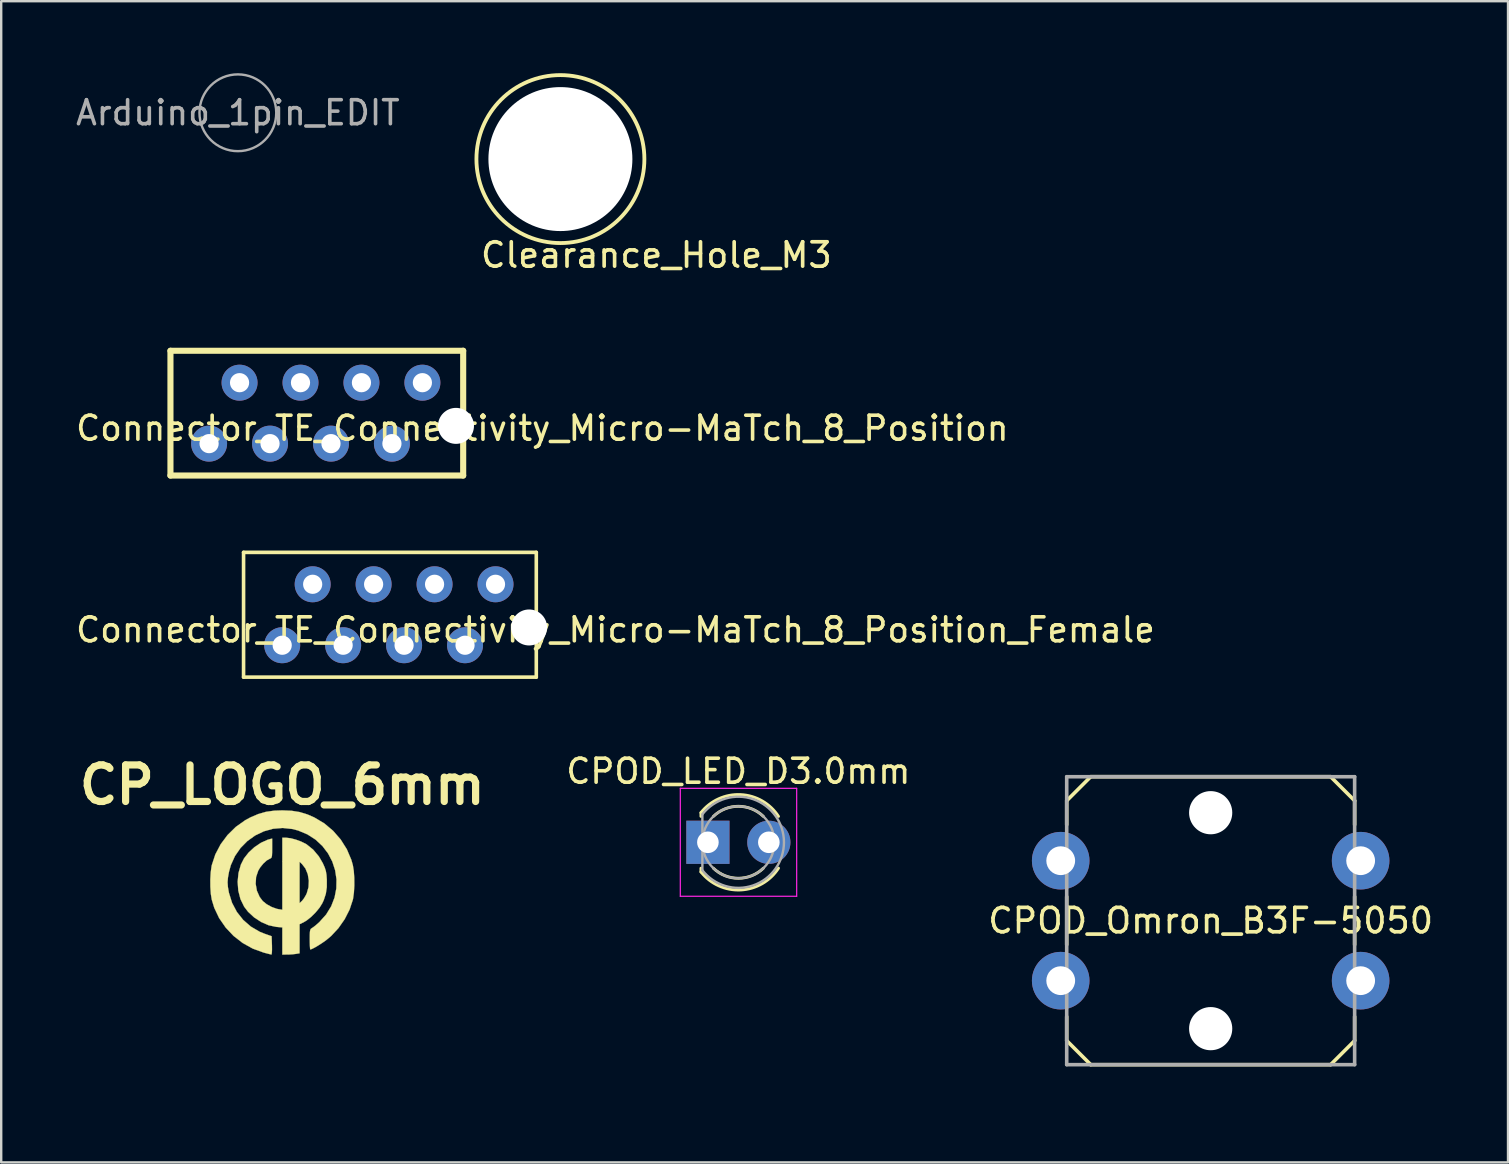
<source format=kicad_pcb>
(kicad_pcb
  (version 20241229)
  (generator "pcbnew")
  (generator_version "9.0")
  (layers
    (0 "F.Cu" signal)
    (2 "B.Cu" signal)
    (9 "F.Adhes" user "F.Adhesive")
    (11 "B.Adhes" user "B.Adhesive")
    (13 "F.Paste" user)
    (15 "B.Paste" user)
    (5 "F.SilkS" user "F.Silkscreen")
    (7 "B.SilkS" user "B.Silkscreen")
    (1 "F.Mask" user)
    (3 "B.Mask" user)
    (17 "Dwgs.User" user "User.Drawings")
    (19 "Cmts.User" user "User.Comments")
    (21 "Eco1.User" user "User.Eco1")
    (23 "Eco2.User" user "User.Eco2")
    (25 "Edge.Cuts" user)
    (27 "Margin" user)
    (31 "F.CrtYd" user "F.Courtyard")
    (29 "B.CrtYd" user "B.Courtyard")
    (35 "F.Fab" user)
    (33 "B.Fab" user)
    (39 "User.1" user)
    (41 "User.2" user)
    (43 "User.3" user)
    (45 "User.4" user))
  (footprint "CPOD_Omron_B3F-5050"
    (layer "F.Cu")
    (at 47.407 35.321)
    (property "Reference" "CPOD_Omron_B3F-5050" (at 0 0 0) (layer "F.SilkS") (effects (font (size 1.016 1.016) (thickness 0.152))))
    (attr through_hole)
    (fp_line (start -6 -5) (end -5 -6) (stroke (width 0.15) (type solid)) (layer "F.SilkS"))
    (fp_line (start -6 -4) (end -6 -5) (stroke (width 0.15) (type solid)) (layer "F.SilkS"))
    (fp_line (start -6 -1) (end -6 1) (stroke (width 0.15) (type solid)) (layer "F.SilkS"))
    (fp_line (start -6 5) (end -6 4) (stroke (width 0.15) (type solid)) (layer "F.SilkS"))
    (fp_line (start -5 -6) (end 5 -6) (stroke (width 0.152) (type solid)) (layer "F.SilkS"))
    (fp_line (start -5 6) (end -6 5) (stroke (width 0.15) (type solid)) (layer "F.SilkS"))
    (fp_line (start 5 -6) (end 6 -5) (stroke (width 0.15) (type solid)) (layer "F.SilkS"))
    (fp_line (start 5 6) (end -5 6) (stroke (width 0.15) (type solid)) (layer "F.SilkS"))
    (fp_line (start 6 -5) (end 6 -4) (stroke (width 0.15) (type solid)) (layer "F.SilkS"))
    (fp_line (start 6 -1) (end 6 1) (stroke (width 0.15) (type solid)) (layer "F.SilkS"))
    (fp_line (start 6 4) (end 6 5) (stroke (width 0.15) (type solid)) (layer "F.SilkS"))
    (fp_line (start 6 5) (end 5 6) (stroke (width 0.15) (type solid)) (layer "F.SilkS"))
    (fp_line (start -7 -7) (end 7 -7) (stroke (width 0.15) (type solid)) (layer "Eco1.User"))
    (fp_line (start -7 7) (end -7 -7) (stroke (width 0.15) (type solid)) (layer "Eco1.User"))
    (fp_line (start 7 -7) (end 7 7) (stroke (width 0.15) (type solid)) (layer "Eco1.User"))
    (fp_line (start 7 7) (end -7 7) (stroke (width 0.15) (type solid)) (layer "Eco1.User"))
    (fp_line (start -6 -6) (end -6 6) (stroke (width 0.15) (type solid)) (layer "F.Fab"))
    (fp_line (start -6 6) (end 6 6) (stroke (width 0.15) (type solid)) (layer "F.Fab"))
    (fp_line (start 6 -6) (end -6 -6) (stroke (width 0.15) (type solid)) (layer "F.Fab"))
    (fp_line (start 6 6) (end 6 -6) (stroke (width 0.15) (type solid)) (layer "F.Fab"))
    (pad "" np_thru_hole circle (at 0 -4.5) (size 1.8 1.8) (drill 1.8) (layers "*.Cu" "*.Mask"))
    (pad "" np_thru_hole circle (at 0 4.5) (size 1.8 1.8) (drill 1.8) (layers "*.Cu" "*.Mask"))
    (pad "1" thru_hole circle (at -6.25 -2.5) (size 2.4 2.4) (drill 1.2) (layers "*.Cu" "*.Mask"))
    (pad "2" thru_hole circle (at 6.25 -2.5) (size 2.4 2.4) (drill 1.2) (layers "*.Cu" "*.Mask"))
    (pad "3" thru_hole circle (at -6.25 2.5) (size 2.4 2.4) (drill 1.2) (layers "*.Cu" "*.Mask"))
    (pad "4" thru_hole circle (at 6.25 2.5) (size 2.4 2.4) (drill 1.2) (layers "*.Cu" "*.Mask")))
  (footprint "CP_LOGO_6mm"
    (layer "F.Cu")
    (at 8.716 33.728)
    (property "Reference" "CP_LOGO_6mm" (at 0 -4.064 0) (layer "F.SilkS") (effects (font (size 1.524 1.524) (thickness 0.3))))
    (attr through_hole)
    (fp_poly (pts (xy 0.347 -1.842) (xy 0.562 -1.786) (xy 0.781 -1.706) (xy 0.972 -1.613) (xy 1.009 -1.591) (xy 1.285 -1.369) (xy 1.525 -1.083) (xy 1.686 -0.807) (xy 1.766 -0.629) (xy 1.814 -0.479) (xy 1.841 -0.319) (xy 1.855 -0.119) (xy 1.854 0.199) (xy 1.814 0.472) (xy 1.729 0.731) (xy 1.666 0.868) (xy 1.55 1.054) (xy 1.386 1.251) (xy 1.2 1.436) (xy 1.013 1.585) (xy 0.907 1.648) (xy 0.72 1.742) (xy 0.72 2.952) (xy 0.561 2.978) (xy 0.415 2.995) (xy 0.247 3.005) (xy 0.201 3.005) (xy 0 3.006) (xy 0 1.874) (xy -0.256 1.851) (xy -0.567 1.785) (xy -0.88 1.649) (xy -1.174 1.457) (xy -1.429 1.221) (xy -1.591 1.009) (xy -1.745 0.693) (xy -1.835 0.341) (xy -1.862 -0.028) (xy -1.826 -0.396) (xy -1.727 -0.744) (xy -1.596 -1.003) (xy -1.403 -1.249) (xy -1.161 -1.472) (xy -0.89 -1.654) (xy -0.616 -1.778) (xy -0.538 -1.801) (xy -0.423 -1.83) (xy -0.423 -1.426) (xy -0.425 -1.237) (xy -0.431 -1.116) (xy -0.447 -1.046) (xy -0.474 -1.011) (xy -0.511 -0.994) (xy -0.645 -0.92) (xy -0.79 -0.789) (xy -0.923 -0.625) (xy -1.003 -0.492) (xy -1.093 -0.226) (xy -1.11 0.059) (xy -1.06 0.343) (xy -0.944 0.604) (xy -0.813 0.777) (xy -0.652 0.907) (xy -0.445 1.021) (xy -0.232 1.098) (xy -0.159 1.113) (xy 0 1.138) (xy 0 0.861) (xy 0.72 0.861) (xy 0.822 0.765) (xy 0.898 0.67) (xy 0.979 0.534) (xy 1.019 0.451) (xy 1.092 0.196) (xy 1.104 -0.076) (xy 1.061 -0.342) (xy 0.964 -0.58) (xy 0.822 -0.765) (xy 0.72 -0.861) (xy 0.72 0.861) (xy 0 0.861) (xy 0 -1.863) (xy 0.171 -1.863) (xy 0.347 -1.842)) (stroke (width 0.01) (type solid)) (fill yes) (layer "F.SilkS"))
    (fp_poly (pts (xy 0.386 -2.988) (xy 0.723 -2.934) (xy 1.045 -2.836) (xy 1.333 -2.71) (xy 1.747 -2.464) (xy 2.117 -2.153) (xy 2.434 -1.789) (xy 2.69 -1.383) (xy 2.876 -0.945) (xy 2.94 -0.72) (xy 2.979 -0.479) (xy 2.999 -0.188) (xy 3.001 0.123) (xy 2.984 0.421) (xy 2.949 0.674) (xy 2.94 0.719) (xy 2.805 1.127) (xy 2.601 1.528) (xy 2.34 1.903) (xy 2.036 2.23) (xy 1.836 2.398) (xy 1.674 2.513) (xy 1.507 2.621) (xy 1.355 2.711) (xy 1.234 2.772) (xy 1.166 2.794) (xy 1.156 2.755) (xy 1.149 2.649) (xy 1.144 2.494) (xy 1.143 2.372) (xy 1.144 2.178) (xy 1.151 2.052) (xy 1.166 1.975) (xy 1.192 1.93) (xy 1.235 1.901) (xy 1.236 1.901) (xy 1.314 1.847) (xy 1.428 1.754) (xy 1.539 1.656) (xy 1.825 1.338) (xy 2.037 0.992) (xy 2.178 0.626) (xy 2.251 0.247) (xy 2.258 -0.134) (xy 2.201 -0.509) (xy 2.083 -0.871) (xy 1.906 -1.209) (xy 1.673 -1.516) (xy 1.386 -1.784) (xy 1.048 -2.002) (xy 0.661 -2.164) (xy 0.423 -2.227) (xy 0.016 -2.271) (xy -0.385 -2.238) (xy -0.77 -2.131) (xy -1.131 -1.958) (xy -1.457 -1.725) (xy -1.741 -1.437) (xy -1.973 -1.101) (xy -2.145 -0.723) (xy -2.222 -0.445) (xy -2.265 -0.206) (xy -2.281 -0.009) (xy -2.268 0.185) (xy -2.228 0.415) (xy -2.224 0.434) (xy -2.094 0.85) (xy -1.894 1.229) (xy -1.63 1.562) (xy -1.31 1.84) (xy -0.942 2.055) (xy -0.739 2.137) (xy -0.445 2.24) (xy -0.432 2.623) (xy -0.43 2.79) (xy -0.435 2.92) (xy -0.446 2.994) (xy -0.453 3.003) (xy -0.508 2.992) (xy -0.621 2.963) (xy -0.768 2.925) (xy -0.776 2.923) (xy -1.23 2.758) (xy -1.652 2.524) (xy -2.032 2.228) (xy -2.361 1.879) (xy -2.633 1.486) (xy -2.836 1.058) (xy -2.94 0.72) (xy -2.979 0.479) (xy -2.999 0.187) (xy -3.001 -0.124) (xy -2.984 -0.422) (xy -2.949 -0.676) (xy -2.94 -0.72) (xy -2.792 -1.169) (xy -2.57 -1.592) (xy -2.282 -1.978) (xy -1.937 -2.317) (xy -1.544 -2.596) (xy -1.333 -2.71) (xy -1.002 -2.852) (xy -0.68 -2.944) (xy -0.338 -2.992) (xy 0 -3.004) (xy 0.386 -2.988)) (stroke (width 0.01) (type solid)) (fill yes) (layer "F.SilkS")))
  (footprint "CPOD_LED_D3.0mm"
    (layer "F.Cu")
    (at 27.723 32.054)
    (property "Reference" "CPOD_LED_D3.0mm" (at 0 -2.96 0) (layer "F.SilkS") (effects (font (size 1 1) (thickness 0.15))))
    (attr through_hole)
    (fp_line (start -1.56 -1.236) (end -1.56 -1.08) (stroke (width 0.12) (type solid)) (layer "F.SilkS"))
    (fp_line (start -1.56 1.08) (end -1.56 1.236) (stroke (width 0.12) (type solid)) (layer "F.SilkS"))
    (fp_arc (start -1.56 -1.235516) (mid 0.096487 -1.987659) (end 1.672335 -1.078608) (stroke (width 0.12) (type solid)) (layer "F.SilkS"))
    (fp_arc (start -1.040961 -1.08) (mid 0.000117 -1.5) (end 1.04113 -1.079837) (stroke (width 0.12) (type solid)) (layer "F.SilkS"))
    (fp_arc (start 1.04113 1.079837) (mid 0.000117 1.5) (end -1.040961 1.08) (stroke (width 0.12) (type solid)) (layer "F.SilkS"))
    (fp_arc (start 1.672335 1.078608) (mid 0.096487 1.987659) (end -1.56 1.235516) (stroke (width 0.12) (type solid)) (layer "F.SilkS"))
    (fp_line (start -2.42 -2.25) (end -2.42 2.25) (stroke (width 0.05) (type solid)) (layer "F.CrtYd"))
    (fp_line (start -2.42 2.25) (end 2.43 2.25) (stroke (width 0.05) (type solid)) (layer "F.CrtYd"))
    (fp_line (start 2.43 -2.25) (end -2.42 -2.25) (stroke (width 0.05) (type solid)) (layer "F.CrtYd"))
    (fp_line (start 2.43 2.25) (end 2.43 -2.25) (stroke (width 0.05) (type solid)) (layer "F.CrtYd"))
    (fp_line (start -1.5 -1.166) (end -1.5 1.166) (stroke (width 0.1) (type solid)) (layer "F.Fab"))
    (fp_arc (start -1.5 -1.16619) (mid 1.9 0.000452) (end -1.500555 1.165476) (stroke (width 0.1) (type solid)) (layer "F.Fab"))
    (fp_circle (center 0 0) (end 1.5 0) (stroke (width 0.1) (type solid)) (fill no) (layer "F.Fab"))
    (pad "1" thru_hole rect (at -1.27 0) (size 1.8 1.8) (drill 0.9) (layers "*.Cu" "*.Mask"))
    (pad "2" thru_hole circle (at 1.27 0) (size 1.8 1.8) (drill 0.9) (layers "*.Cu" "*.Mask")))
  (footprint "Connector_TE_Connectivity_Micro-MaTch_8_Position_Female"
    (layer "F.Cu")
    (at 17.601 21.301)
    (property "Reference" "Connector_TE_Connectivity_Micro-MaTch_8_Position_Female" (at 5 1.9 0) (layer "F.SilkS") (effects (font (size 1 1) (thickness 0.15))))
    (attr through_hole)
    (fp_line (start -10.5 -1.33) (end -10.5 3.87) (stroke (width 0.15) (type solid)) (layer "F.SilkS"))
    (fp_line (start -10.5 -1.33) (end 1.7 -1.33) (stroke (width 0.15) (type solid)) (layer "F.SilkS"))
    (fp_line (start -10.5 3.87) (end 1.7 3.87) (stroke (width 0.15) (type solid)) (layer "F.SilkS"))
    (fp_line (start 1.7 -1.33) (end 1.7 3.87) (stroke (width 0.15) (type solid)) (layer "F.SilkS"))
    (pad "" np_thru_hole circle (at 1.4 1.8) (size 1.5 1.5) (drill 1.5) (layers "*.Cu" "*.Mask"))
    (pad "1" thru_hole circle (at 0 0) (size 1.5 1.5) (drill 0.8) (layers "*.Cu" "*.Mask"))
    (pad "2" thru_hole circle (at -1.27 2.54) (size 1.5 1.5) (drill 0.8) (layers "*.Cu" "*.Mask"))
    (pad "3" thru_hole circle (at -2.54 0) (size 1.5 1.5) (drill 0.8) (layers "*.Cu" "*.Mask"))
    (pad "4" thru_hole circle (at -3.81 2.54) (size 1.5 1.5) (drill 0.8) (layers "*.Cu" "*.Mask"))
    (pad "5" thru_hole circle (at -5.08 0) (size 1.5 1.5) (drill 0.8) (layers "*.Cu" "*.Mask"))
    (pad "6" thru_hole circle (at -6.35 2.54) (size 1.5 1.5) (drill 0.8) (layers "*.Cu" "*.Mask"))
    (pad "7" thru_hole circle (at -7.62 0) (size 1.5 1.5) (drill 0.8) (layers "*.Cu" "*.Mask"))
    (pad "8" thru_hole circle (at -8.89 2.54) (size 1.5 1.5) (drill 0.8) (layers "*.Cu" "*.Mask")))
  (footprint "Connector_TE_Connectivity_Micro-MaTch_8_Position"
    (layer "F.Cu")
    (at 14.554 12.899)
    (property "Reference" "Connector_TE_Connectivity_Micro-MaTch_8_Position" (at 5 1.9 0) (layer "F.SilkS") (effects (font (size 1 1) (thickness 0.15))))
    (attr through_hole)
    (fp_line (start -10.5 -1.33) (end -10.5 3.87) (stroke (width 0.254) (type solid)) (layer "F.SilkS"))
    (fp_line (start -10.5 -1.33) (end 1.7 -1.33) (stroke (width 0.254) (type solid)) (layer "F.SilkS"))
    (fp_line (start -10.5 3.87) (end 1.7 3.87) (stroke (width 0.254) (type solid)) (layer "F.SilkS"))
    (fp_line (start 1.7 -1.33) (end 1.7 3.87) (stroke (width 0.254) (type solid)) (layer "F.SilkS"))
    (pad "" np_thru_hole circle (at 1.4 1.8) (size 1.5 1.5) (drill 1.5) (layers "*.Cu" "*.Mask"))
    (pad "1" thru_hole circle (at 0 0) (size 1.5 1.5) (drill 0.8) (layers "*.Cu" "*.Mask"))
    (pad "2" thru_hole circle (at -1.27 2.54) (size 1.5 1.5) (drill 0.8) (layers "*.Cu" "*.Mask"))
    (pad "3" thru_hole circle (at -2.54 0) (size 1.5 1.5) (drill 0.8) (layers "*.Cu" "*.Mask"))
    (pad "4" thru_hole circle (at -3.81 2.54) (size 1.5 1.5) (drill 0.8) (layers "*.Cu" "*.Mask"))
    (pad "5" thru_hole circle (at -5.08 0) (size 1.5 1.5) (drill 0.8) (layers "*.Cu" "*.Mask"))
    (pad "6" thru_hole circle (at -6.35 2.54) (size 1.5 1.5) (drill 0.8) (layers "*.Cu" "*.Mask"))
    (pad "7" thru_hole circle (at -7.62 0) (size 1.5 1.5) (drill 0.8) (layers "*.Cu" "*.Mask"))
    (pad "8" thru_hole circle (at -8.89 2.54) (size 1.5 1.5) (drill 0.8) (layers "*.Cu" "*.Mask")))
  (footprint "Clearance_Hole_M3"
    (layer "F.Cu")
    (at 20.306 3.58)
    (property "Reference" "Clearance_Hole_M3" (at 4 4 0) (layer "F.SilkS") (effects (font (size 1.016 1.016) (thickness 0.152))))
    (attr through_hole)
    (fp_circle (center 0 0) (end 3.5 0) (stroke (width 0.16) (type solid)) (fill no) (layer "F.SilkS"))
    (pad "" np_thru_hole circle (at 0 0) (size 6 6) (drill 6) (layers "*.Cu" "*.Mask")))
  (footprint "Arduino_1pin_EDIT"
    (layer "F.Cu")
    (at 6.863 1.65)
    (property "Reference" "Arduino_1pin_EDIT" (at 0 0 0) (layer "F.Fab") (effects (font (size 1 1) (thickness 0.15))))
    (attr through_hole)
    (fp_circle (center 0 0) (end 1.6 0) (stroke (width 0.1) (type solid)) (fill no) (layer "F.Fab")))
  (gr_rect
    (start -3 -3)
    (end 59.799 45.396)
    (stroke (width 0.1) (type default))
    (fill no)
    (layer "Edge.Cuts")))
</source>
